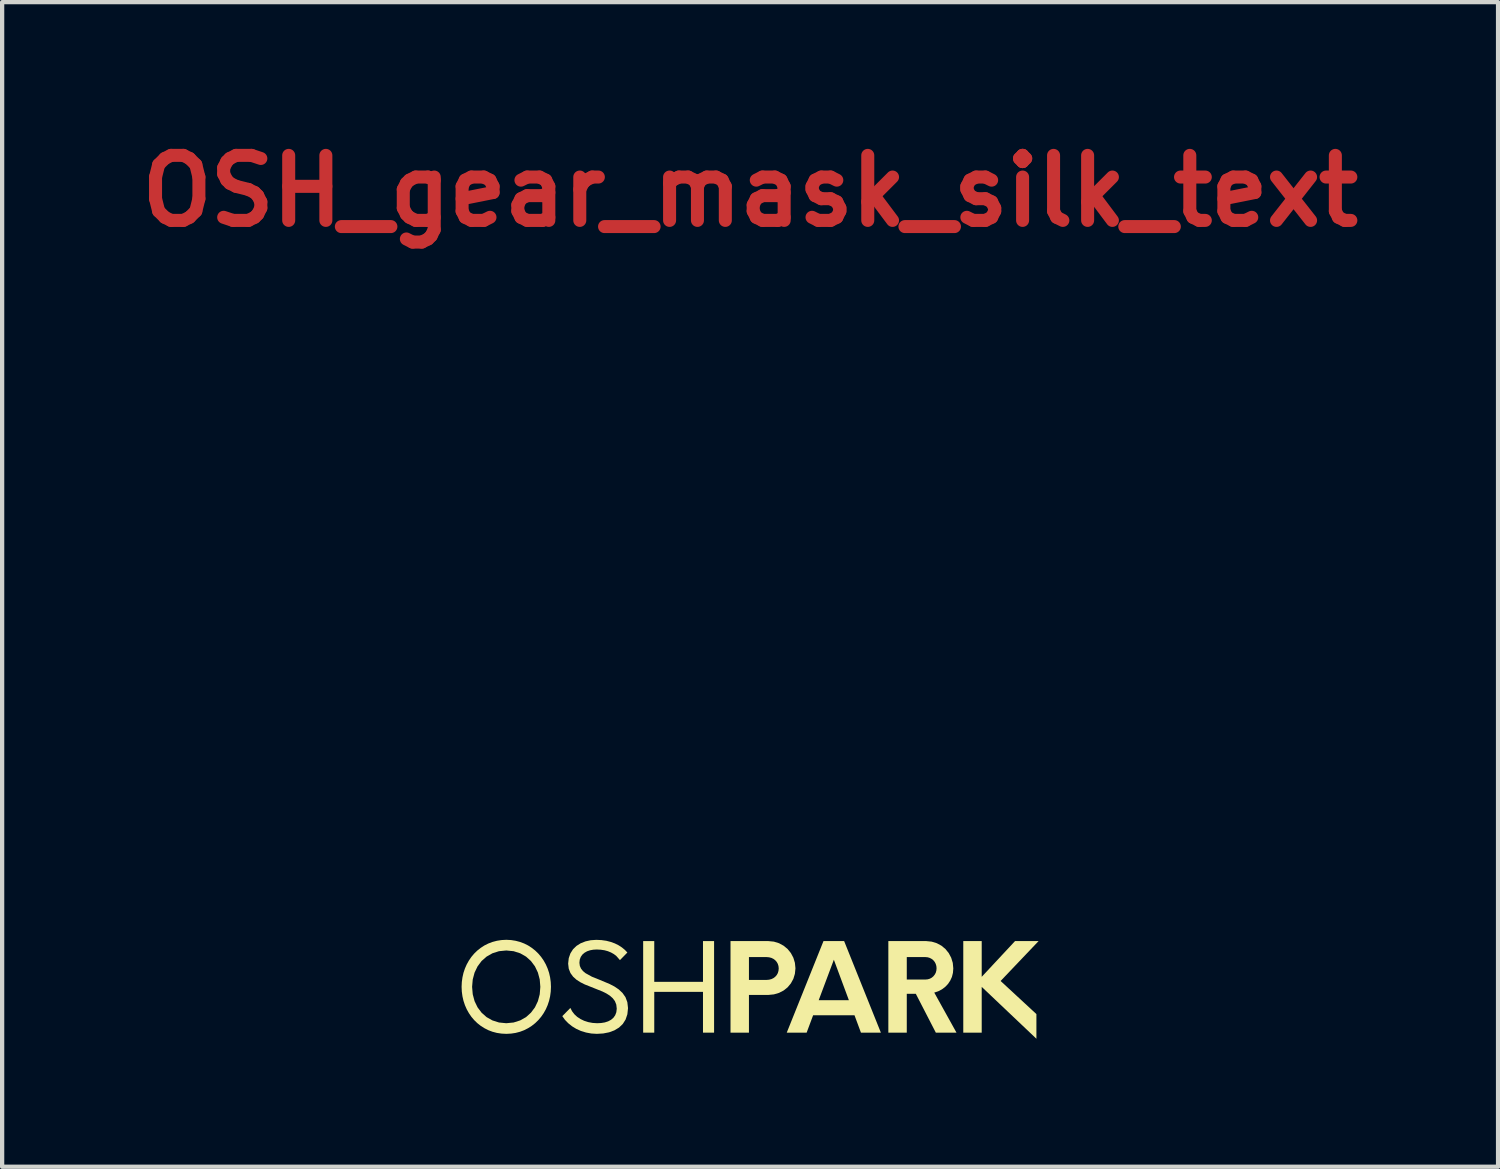
<source format=kicad_pcb>
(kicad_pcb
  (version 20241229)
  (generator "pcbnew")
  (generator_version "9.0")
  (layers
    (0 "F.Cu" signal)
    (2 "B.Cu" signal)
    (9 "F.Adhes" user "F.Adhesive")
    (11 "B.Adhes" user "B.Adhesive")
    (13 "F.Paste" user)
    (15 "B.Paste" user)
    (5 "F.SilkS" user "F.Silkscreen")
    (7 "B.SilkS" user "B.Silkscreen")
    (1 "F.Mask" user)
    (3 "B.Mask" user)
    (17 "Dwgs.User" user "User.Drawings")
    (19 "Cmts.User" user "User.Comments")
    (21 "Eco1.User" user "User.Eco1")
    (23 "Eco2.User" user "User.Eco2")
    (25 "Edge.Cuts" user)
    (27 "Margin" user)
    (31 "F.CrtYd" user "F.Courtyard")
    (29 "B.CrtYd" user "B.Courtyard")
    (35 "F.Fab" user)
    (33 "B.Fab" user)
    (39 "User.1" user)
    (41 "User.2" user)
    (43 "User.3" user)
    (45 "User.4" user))
  (footprint "OSH_gear_mask_silk_text"
    (layer "F.Cu")
    (at 14.529 12.884)
    (property "Reference" "OSH_gear_mask_silk_text" (at 0 -11.458 0) (layer "F.Cu") (effects (font (size 1.524 1.524) (thickness 0.305))))
    (attr smd)
    (fp_poly (pts (xy 0.001 -8.41) (xy 0.00043 -3.623) (xy 0.213 -3.612) (xy 0.42 -3.581) (xy 0.619 -3.53) (xy 0.81 -3.46) (xy 0.992 -3.372) (xy 1.164 -3.268) (xy 1.324 -3.148) (xy 1.472 -3.014) (xy 1.606 -2.866) (xy 1.726 -2.706) (xy 1.83 -2.534) (xy 1.918 -2.352) (xy 1.988 -2.161) (xy 2.039 -1.962) (xy 2.07 -1.755) (xy 2.081 -1.542) (xy 2.07 -1.329) (xy 2.039 -1.123) (xy 1.988 -0.923) (xy 1.918 -0.732) (xy 1.83 -0.55) (xy 1.726 -0.378) (xy 1.606 -0.218) (xy 1.472 -0.07) (xy 1.324 0.064) (xy 1.164 0.184) (xy 0.992 0.288) (xy 0.81 0.376) (xy 0.619 0.446) (xy 0.42 0.497) (xy 0.213 0.529) (xy 0.00043 0.539) (xy -0.212 0.529) (xy -0.419 0.497) (xy -0.618 0.446) (xy -0.81 0.376) (xy -0.991 0.288) (xy -1.163 0.184) (xy -1.323 0.064) (xy -1.471 -0.07) (xy -1.605 -0.218) (xy -1.725 -0.378) (xy -1.829 -0.55) (xy -1.917 -0.732) (xy -1.987 -0.923) (xy -2.038 -1.123) (xy -2.07 -1.329) (xy -2.08 -1.542) (xy -2.07 -1.755) (xy -2.038 -1.962) (xy -1.987 -2.161) (xy -1.917 -2.352) (xy -1.829 -2.534) (xy -1.725 -2.706) (xy -1.605 -2.866) (xy -1.471 -3.014) (xy -1.323 -3.148) (xy -1.163 -3.268) (xy -0.991 -3.372) (xy -0.81 -3.46) (xy -0.618 -3.53) (xy -0.419 -3.581) (xy -0.212 -3.612) (xy 0.00043 -3.623) (xy 0.001 -8.41) (xy -0.141 -8.394) (xy -0.267 -8.349) (xy -0.378 -8.28) (xy -0.474 -8.188) (xy -0.556 -8.079) (xy -0.625 -7.956) (xy -0.682 -7.822) (xy -0.728 -7.682) (xy -1.049 -6.463) (xy -1.303 -6.403) (xy -1.553 -6.331) (xy -2.438 -7.224) (xy -2.554 -7.326) (xy -2.673 -7.414) (xy -2.795 -7.487) (xy -2.92 -7.54) (xy -3.046 -7.57) (xy -3.174 -7.574) (xy -3.303 -7.548) (xy -3.434 -7.49) (xy -3.549 -7.405) (xy -3.636 -7.303) (xy -3.697 -7.188) (xy -3.734 -7.061) (xy -3.751 -6.925) (xy -3.749 -6.784) (xy -3.731 -6.639) (xy -3.7 -6.495) (xy -3.369 -5.282) (xy -3.559 -5.102) (xy -3.739 -4.913) (xy -4.952 -5.243) (xy -5.103 -5.273) (xy -5.251 -5.291) (xy -5.393 -5.293) (xy -5.527 -5.277) (xy -5.651 -5.239) (xy -5.764 -5.179) (xy -5.863 -5.092) (xy -5.947 -4.977) (xy -6.005 -4.845) (xy -6.029 -4.714) (xy -6.024 -4.583) (xy -5.993 -4.454) (xy -5.939 -4.329) (xy -5.867 -4.207) (xy -5.78 -4.091) (xy -5.68 -3.981) (xy -4.788 -3.097) (xy -4.862 -2.847) (xy -4.924 -2.591) (xy -6.139 -2.271) (xy -6.286 -2.222) (xy -6.422 -2.163) (xy -6.546 -2.094) (xy -6.654 -2.013) (xy -6.743 -1.918) (xy -6.81 -1.809) (xy -6.852 -1.685) (xy -6.867 -1.543) (xy -6.852 -1.401) (xy -6.807 -1.275) (xy -6.737 -1.164) (xy -6.646 -1.068) (xy -6.537 -0.986) (xy -6.413 -0.917) (xy -6.28 -0.86) (xy -6.139 -0.814) (xy -4.924 -0.494) (xy -4.862 -0.239) (xy -4.788 0.011) (xy -5.68 0.896) (xy -5.783 1.012) (xy -5.872 1.131) (xy -5.944 1.253) (xy -5.997 1.377) (xy -6.027 1.503) (xy -6.031 1.631) (xy -6.006 1.761) (xy -5.947 1.891) (xy -5.863 2.007) (xy -5.761 2.093) (xy -5.645 2.154) (xy -5.518 2.192) (xy -5.382 2.208) (xy -5.241 2.206) (xy -5.096 2.188) (xy -4.952 2.158) (xy -3.739 1.826) (xy -3.559 2.016) (xy -3.369 2.196) (xy -3.7 3.409) (xy -3.731 3.561) (xy -3.749 3.708) (xy -3.751 3.85) (xy -3.734 3.984) (xy -3.697 4.109) (xy -3.636 4.221) (xy -3.55 4.32) (xy -3.434 4.404) (xy -3.303 4.462) (xy -3.171 4.486) (xy -3.041 4.481) (xy -2.912 4.45) (xy -2.786 4.397) (xy -2.665 4.324) (xy -2.549 4.237) (xy -2.439 4.138) (xy -1.554 3.245) (xy -1.304 3.319) (xy -1.049 3.381) (xy -0.729 4.596) (xy -0.679 4.742) (xy -0.621 4.879) (xy -0.551 5.002) (xy -0.47 5.11) (xy -0.376 5.199) (xy -0.267 5.266) (xy -0.142 5.309) (xy 0.0001 5.324) (xy 0.142 5.308) (xy 0.268 5.263) (xy 0.379 5.194) (xy 0.474 5.103) (xy 0.557 4.993) (xy 0.626 4.87) (xy 0.683 4.737) (xy 0.728 4.596) (xy 1.048 3.381) (xy 1.303 3.319) (xy 1.554 3.245) (xy 2.439 4.138) (xy 2.554 4.24) (xy 2.673 4.329) (xy 2.795 4.402) (xy 2.92 4.455) (xy 3.046 4.485) (xy 3.174 4.489) (xy 3.303 4.463) (xy 3.434 4.405) (xy 3.549 4.32) (xy 3.636 4.218) (xy 3.697 4.103) (xy 3.734 3.976) (xy 3.751 3.84) (xy 3.749 3.699) (xy 3.731 3.554) (xy 3.701 3.41) (xy 3.369 2.197) (xy 3.559 2.016) (xy 3.738 1.827) (xy 4.952 2.158) (xy 5.103 2.189) (xy 5.251 2.206) (xy 5.393 2.208) (xy 5.527 2.191) (xy 5.651 2.154) (xy 5.764 2.093) (xy 5.863 2.007) (xy 5.947 1.891) (xy 6.005 1.76) (xy 6.029 1.628) (xy 6.024 1.498) (xy 5.993 1.369) (xy 5.939 1.244) (xy 5.867 1.122) (xy 5.779 1.006) (xy 5.68 0.896) (xy 4.788 0.011) (xy 4.862 -0.239) (xy 4.923 -0.494) (xy 6.139 -0.814) (xy 6.285 -0.863) (xy 6.422 -0.922) (xy 6.546 -0.991) (xy 6.653 -1.073) (xy 6.743 -1.167) (xy 6.81 -1.276) (xy 6.852 -1.401) (xy 6.867 -1.543) (xy 6.852 -1.685) (xy 6.808 -1.81) (xy 6.738 -1.921) (xy 6.647 -2.017) (xy 6.538 -2.099) (xy 6.415 -2.168) (xy 6.281 -2.225) (xy 6.14 -2.27) (xy 4.925 -2.59) (xy 4.864 -2.846) (xy 4.789 -3.096) (xy 5.682 -3.981) (xy 5.784 -4.097) (xy 5.873 -4.216) (xy 5.945 -4.337) (xy 5.998 -4.462) (xy 6.028 -4.588) (xy 6.032 -4.716) (xy 6.007 -4.846) (xy 5.948 -4.976) (xy 5.864 -5.091) (xy 5.762 -5.178) (xy 5.646 -5.239) (xy 5.519 -5.276) (xy 5.384 -5.293) (xy 5.242 -5.291) (xy 5.098 -5.273) (xy 4.953 -5.242) (xy 3.74 -4.912) (xy 3.56 -5.101) (xy 3.371 -5.281) (xy 3.702 -6.494) (xy 3.733 -6.645) (xy 3.75 -6.793) (xy 3.752 -6.935) (xy 3.736 -7.069) (xy 3.698 -7.193) (xy 3.638 -7.306) (xy 3.551 -7.406) (xy 3.435 -7.49) (xy 3.304 -7.547) (xy 3.173 -7.571) (xy 3.042 -7.566) (xy 2.913 -7.535) (xy 2.788 -7.481) (xy 2.666 -7.409) (xy 2.55 -7.322) (xy 2.44 -7.223) (xy 1.555 -6.33) (xy 1.306 -6.403) (xy 1.051 -6.462) (xy 0.73 -7.681) (xy 0.681 -7.828) (xy 0.622 -7.965) (xy 0.552 -8.088) (xy 0.471 -8.196) (xy 0.377 -8.285) (xy 0.268 -8.353) (xy 0.143 -8.395) (xy 0.001 -8.41) (xy 0.001 -8.41)) (stroke (width 0.074) (type solid)) (fill yes) (layer "F.Mask"))
    (fp_poly (pts (xy 6.761 6.121) (xy 6.209 6.121) (xy 5.428 6.959) (xy 5.428 6.121) (xy 4.996 6.121) (xy 4.996 8.267) (xy 5.428 8.267) (xy 5.428 7.194) (xy 6.71 8.41) (xy 6.71 7.832) (xy 5.871 7.056) (xy 6.761 6.121)) (stroke (width 0) (type solid)) (fill yes) (layer "F.SilkS"))
    (fp_poly (pts (xy -1.104 6.121) (xy -1.104 7.076) (xy -2.246 7.076) (xy -2.246 6.121) (xy -2.506 6.121) (xy -2.506 8.267) (xy -2.246 8.267) (xy -2.246 7.311) (xy -1.104 7.311) (xy -1.104 8.267) (xy -0.844 8.267) (xy -0.844 6.121) (xy -1.104 6.121)) (stroke (width 0) (type solid)) (fill yes) (layer "F.SilkS"))
    (fp_poly (pts (xy 2.598 8.267) (xy 1.963 6.558) (xy 2.315 7.506) (xy 1.608 7.506) (xy 1.963 6.558) (xy 2.598 8.267) (xy 3.065 8.267) (xy 2.204 6.121) (xy 1.72 6.121) (xy 0.859 8.267) (xy 1.325 8.267) (xy 1.477 7.86) (xy 2.447 7.86) (xy 2.598 8.267)) (stroke (width 0) (type solid)) (fill yes) (layer "F.SilkS"))
    (fp_poly (pts (xy 0.428 6.121) (xy -0.027 6.496) (xy 0.388 6.496) (xy 0.445 6.501) (xy 0.499 6.515) (xy 0.547 6.538) (xy 0.589 6.57) (xy 0.623 6.608) (xy 0.649 6.654) (xy 0.665 6.705) (xy 0.671 6.762) (xy 0.665 6.82) (xy 0.649 6.873) (xy 0.623 6.919) (xy 0.589 6.957) (xy 0.547 6.989) (xy 0.499 7.012) (xy 0.445 7.026) (xy 0.388 7.031) (xy 0.388 7.031) (xy -0.027 7.031) (xy -0.027 6.496) (xy 0.428 6.121) (xy -0.459 6.121) (xy -0.459 8.267) (xy -0.027 8.267) (xy -0.027 7.383) (xy 0.428 7.383) (xy 0.558 7.37) (xy 0.678 7.335) (xy 0.786 7.279) (xy 0.88 7.204) (xy 0.956 7.112) (xy 1.014 7.006) (xy 1.05 6.888) (xy 1.063 6.759) (xy 1.05 6.63) (xy 1.014 6.511) (xy 0.956 6.402) (xy 0.88 6.308) (xy 0.786 6.23) (xy 0.678 6.171) (xy 0.558 6.134) (xy 0.428 6.121) (xy 0.428 6.121)) (stroke (width 0) (type solid)) (fill yes) (layer "F.SilkS"))
    (fp_poly (pts (xy 4.317 7.328) (xy 4.11 7.022) (xy 3.672 7.022) (xy 3.672 6.496) (xy 4.11 6.496) (xy 4.163 6.501) (xy 4.212 6.516) (xy 4.257 6.54) (xy 4.295 6.571) (xy 4.327 6.61) (xy 4.35 6.655) (xy 4.365 6.705) (xy 4.37 6.759) (xy 4.365 6.813) (xy 4.351 6.863) (xy 4.327 6.907) (xy 4.296 6.946) (xy 4.258 6.978) (xy 4.214 7.002) (xy 4.164 7.017) (xy 4.11 7.022) (xy 4.11 7.022) (xy 4.317 7.328) (xy 4.41 7.297) (xy 4.496 7.252) (xy 4.572 7.195) (xy 4.637 7.127) (xy 4.69 7.048) (xy 4.73 6.961) (xy 4.754 6.865) (xy 4.762 6.762) (xy 4.75 6.632) (xy 4.713 6.511) (xy 4.655 6.402) (xy 4.578 6.307) (xy 4.484 6.229) (xy 4.376 6.171) (xy 4.256 6.134) (xy 4.127 6.121) (xy 3.24 6.121) (xy 3.24 8.267) (xy 3.672 8.267) (xy 3.672 7.357) (xy 3.884 7.357) (xy 4.353 8.267) (xy 4.837 8.267) (xy 4.316 7.328) (xy 4.317 7.328)) (stroke (width 0) (type solid)) (fill yes) (layer "F.SilkS"))
    (fp_poly (pts (xy -3.591 8.295) (xy -3.442 8.286) (xy -3.304 8.259) (xy -3.18 8.213) (xy -3.072 8.148) (xy -2.984 8.064) (xy -2.918 7.96) (xy -2.876 7.836) (xy -2.861 7.692) (xy -2.877 7.552) (xy -2.921 7.435) (xy -2.99 7.337) (xy -3.078 7.254) (xy -3.18 7.185) (xy -3.292 7.127) (xy -3.528 7.028) (xy -3.707 6.956) (xy -3.857 6.873) (xy -3.916 6.824) (xy -3.961 6.768) (xy -3.99 6.704) (xy -4 6.63) (xy -3.992 6.555) (xy -3.968 6.491) (xy -3.93 6.437) (xy -3.88 6.394) (xy -3.82 6.36) (xy -3.752 6.337) (xy -3.677 6.323) (xy -3.597 6.318) (xy -3.501 6.323) (xy -3.413 6.336) (xy -3.333 6.358) (xy -3.26 6.388) (xy -3.196 6.424) (xy -3.139 6.466) (xy -3.05 6.567) (xy -2.876 6.389) (xy -2.935 6.327) (xy -3.003 6.271) (xy -3.081 6.22) (xy -3.169 6.176) (xy -3.265 6.141) (xy -3.369 6.114) (xy -3.482 6.098) (xy -3.603 6.092) (xy -3.735 6.101) (xy -3.858 6.128) (xy -3.97 6.172) (xy -4.069 6.234) (xy -4.15 6.313) (xy -4.211 6.409) (xy -4.25 6.521) (xy -4.264 6.649) (xy -4.25 6.769) (xy -4.21 6.87) (xy -4.149 6.954) (xy -4.071 7.025) (xy -3.978 7.085) (xy -3.875 7.137) (xy -3.654 7.225) (xy -3.457 7.304) (xy -3.367 7.349) (xy -3.287 7.4) (xy -3.22 7.459) (xy -3.168 7.528) (xy -3.136 7.609) (xy -3.125 7.705) (xy -3.135 7.789) (xy -3.162 7.86) (xy -3.204 7.919) (xy -3.259 7.966) (xy -3.327 8.002) (xy -3.404 8.027) (xy -3.49 8.041) (xy -3.583 8.046) (xy -3.691 8.039) (xy -3.793 8.02) (xy -3.889 7.989) (xy -3.976 7.947) (xy -4.053 7.896) (xy -4.119 7.835) (xy -4.172 7.765) (xy -4.212 7.688) (xy -4.401 7.88) (xy -4.338 7.968) (xy -4.261 8.047) (xy -4.172 8.118) (xy -4.072 8.179) (xy -3.963 8.228) (xy -3.845 8.264) (xy -3.721 8.287) (xy -3.591 8.295) (xy -3.591 8.295)) (stroke (width 0) (type solid)) (fill yes) (layer "F.SilkS"))
    (fp_poly (pts (xy -5.714 8.295) (xy -5.714 8.046) (xy -5.885 8.029) (xy -6.039 7.98) (xy -6.176 7.903) (xy -6.293 7.799) (xy -6.387 7.674) (xy -6.457 7.529) (xy -6.5 7.368) (xy -6.515 7.194) (xy -6.5 7.02) (xy -6.457 6.859) (xy -6.387 6.714) (xy -6.293 6.588) (xy -6.176 6.485) (xy -6.039 6.407) (xy -5.885 6.358) (xy -5.714 6.341) (xy -5.542 6.358) (xy -5.388 6.407) (xy -5.251 6.485) (xy -5.136 6.588) (xy -5.042 6.714) (xy -4.973 6.859) (xy -4.93 7.02) (xy -4.916 7.194) (xy -4.93 7.368) (xy -4.973 7.529) (xy -5.042 7.674) (xy -5.136 7.799) (xy -5.251 7.903) (xy -5.388 7.98) (xy -5.542 8.029) (xy -5.714 8.046) (xy -5.714 8.295) (xy -5.602 8.289) (xy -5.495 8.273) (xy -5.392 8.246) (xy -5.294 8.209) (xy -5.202 8.162) (xy -5.116 8.107) (xy -5.036 8.044) (xy -4.963 7.973) (xy -4.897 7.895) (xy -4.838 7.81) (xy -4.787 7.719) (xy -4.745 7.623) (xy -4.711 7.521) (xy -4.687 7.416) (xy -4.672 7.306) (xy -4.667 7.193) (xy -4.672 7.081) (xy -4.687 6.971) (xy -4.711 6.865) (xy -4.745 6.764) (xy -4.787 6.668) (xy -4.838 6.577) (xy -4.897 6.492) (xy -4.963 6.414) (xy -5.036 6.343) (xy -5.116 6.28) (xy -5.202 6.224) (xy -5.294 6.178) (xy -5.392 6.141) (xy -5.495 6.114) (xy -5.602 6.097) (xy -5.714 6.091) (xy -5.826 6.097) (xy -5.934 6.114) (xy -6.037 6.141) (xy -6.135 6.178) (xy -6.227 6.224) (xy -6.313 6.28) (xy -6.393 6.343) (xy -6.466 6.414) (xy -6.532 6.492) (xy -6.59 6.577) (xy -6.641 6.668) (xy -6.683 6.764) (xy -6.717 6.865) (xy -6.741 6.971) (xy -6.756 7.081) (xy -6.761 7.193) (xy -6.756 7.306) (xy -6.741 7.416) (xy -6.717 7.521) (xy -6.683 7.623) (xy -6.641 7.719) (xy -6.59 7.81) (xy -6.532 7.895) (xy -6.466 7.973) (xy -6.393 8.044) (xy -6.313 8.107) (xy -6.227 8.162) (xy -6.135 8.209) (xy -6.037 8.246) (xy -5.934 8.273) (xy -5.826 8.289) (xy -5.714 8.295)) (stroke (width 0) (type solid)) (fill yes) (layer "F.SilkS")))
  (gr_rect
    (start -3 -3)
    (end 32.058 24.294)
    (stroke (width 0.1) (type default))
    (fill no)
    (layer "Edge.Cuts")))
</source>
